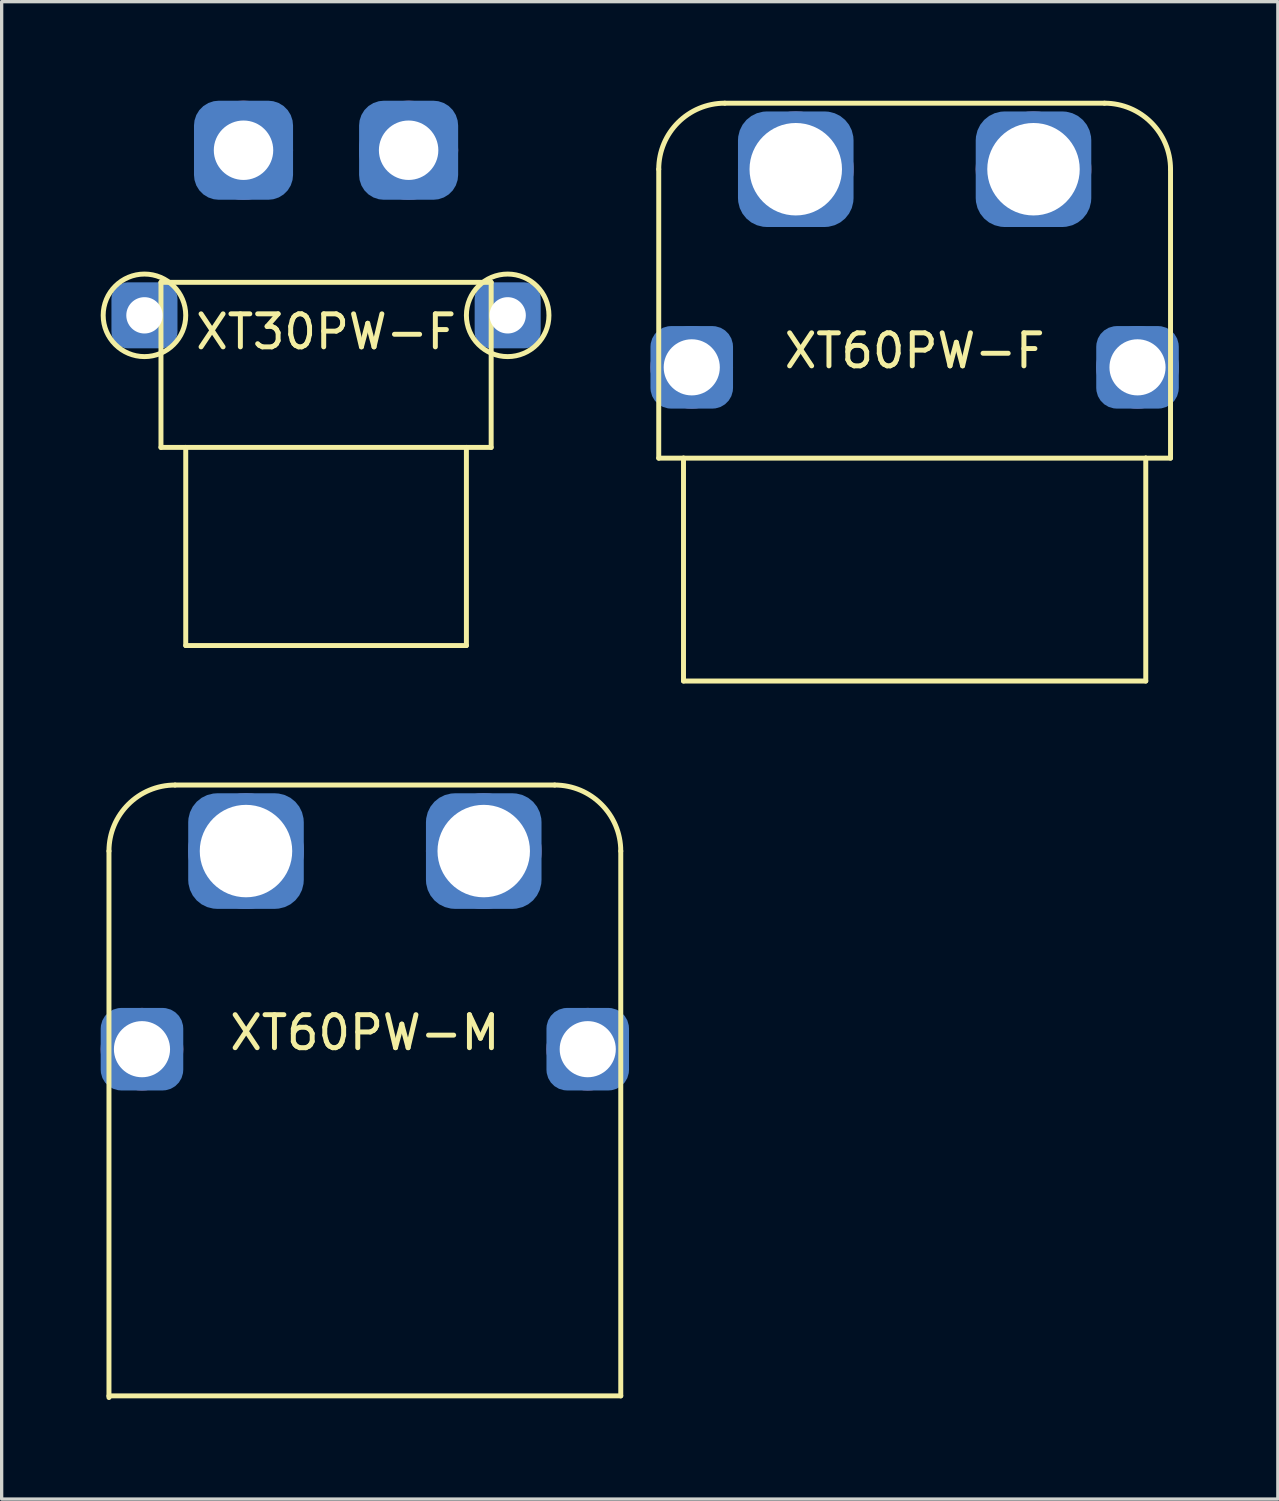
<source format=kicad_pcb>
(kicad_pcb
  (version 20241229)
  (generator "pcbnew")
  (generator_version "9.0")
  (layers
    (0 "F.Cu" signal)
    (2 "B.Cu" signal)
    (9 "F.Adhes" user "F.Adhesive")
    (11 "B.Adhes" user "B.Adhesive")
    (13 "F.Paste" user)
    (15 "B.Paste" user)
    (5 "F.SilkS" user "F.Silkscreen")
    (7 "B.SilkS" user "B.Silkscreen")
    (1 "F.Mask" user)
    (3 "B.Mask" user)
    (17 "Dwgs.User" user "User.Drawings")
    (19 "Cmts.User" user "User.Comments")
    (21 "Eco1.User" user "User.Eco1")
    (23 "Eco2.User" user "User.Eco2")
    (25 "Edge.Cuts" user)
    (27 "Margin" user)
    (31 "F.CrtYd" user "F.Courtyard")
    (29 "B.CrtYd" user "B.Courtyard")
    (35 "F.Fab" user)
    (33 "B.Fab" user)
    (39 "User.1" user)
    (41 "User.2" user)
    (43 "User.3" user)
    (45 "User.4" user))
  (footprint "XT30PW-F"
    (layer "F.Cu")
    (at 6.825 1.5)
    (property "Reference" "XT30PW-F" (at 0 5.5 0) (layer "F.SilkS") (effects (font (size 1 1) (thickness 0.15))))
    (attr through_hole)
    (fp_line (start -5 4) (end 5 4) (stroke (width 0.15) (type solid)) (layer "F.SilkS"))
    (fp_line (start -5 9) (end -5 4) (stroke (width 0.15) (type solid)) (layer "F.SilkS"))
    (fp_line (start -4.25 9) (end -5 9) (stroke (width 0.15) (type solid)) (layer "F.SilkS"))
    (fp_line (start -4.25 9) (end -4.25 15) (stroke (width 0.15) (type solid)) (layer "F.SilkS"))
    (fp_line (start 4.25 9) (end -4.25 9) (stroke (width 0.15) (type solid)) (layer "F.SilkS"))
    (fp_line (start 4.25 9) (end 4.25 15) (stroke (width 0.15) (type solid)) (layer "F.SilkS"))
    (fp_line (start 4.25 9) (end 5 9) (stroke (width 0.15) (type solid)) (layer "F.SilkS"))
    (fp_line (start 4.25 15) (end -4.25 15) (stroke (width 0.15) (type solid)) (layer "F.SilkS"))
    (fp_line (start 5 9) (end 5 4) (stroke (width 0.15) (type solid)) (layer "F.SilkS"))
    (fp_circle (center -5.5 5) (end -6.75 5) (stroke (width 0.15) (type solid)) (fill no) (layer "F.SilkS"))
    (fp_circle (center 5.5 5) (end 4.25 5) (stroke (width 0.15) (type solid)) (fill no) (layer "F.SilkS"))
    (pad "" thru_hole circle (at -5.5 5 180) (size 1.5 1.5) (drill 1.1) (layers "*.Cu" "*.Mask"))
    (pad "" smd roundrect (at -5.5 5 180) (size 2 2) (layers "B.Cu" "B.Mask") (roundrect_rratio 0.25))
    (pad "" thru_hole circle (at 5.5 5 180) (size 1.5 1.5) (drill 1.1) (layers "*.Cu" "*.Mask"))
    (pad "" smd roundrect (at 5.5 5 180) (size 2 2) (layers "B.Cu" "B.Mask") (roundrect_rratio 0.25))
    (pad "1" thru_hole circle (at -2.5 0 180) (size 3 3) (drill 1.8) (layers "*.Cu" "*.Mask"))
    (pad "1" smd roundrect (at -2.5 0 180) (size 3 3) (layers "B.Cu" "B.Mask") (roundrect_rratio 0.25))
    (pad "2" thru_hole circle (at 2.5 0 180) (size 3 3) (drill 1.8) (layers "*.Cu" "*.Mask"))
    (pad "2" smd roundrect (at 2.5 0 180) (size 3 3) (layers "B.Cu" "B.Mask") (roundrect_rratio 0.25)))
  (footprint "XT60PW-M"
    (layer "F.Cu")
    (at 8 22.725)
    (property "Reference" "XT60PW-M" (at 0 5.5 0) (layer "F.SilkS") (effects (font (size 1 1) (thickness 0.15))))
    (attr through_hole)
    (fp_line (start -7.75 0) (end -7.75 16.55) (stroke (width 0.15) (type solid)) (layer "F.SilkS"))
    (fp_line (start -5.75 -2) (end 5.75 -2) (stroke (width 0.15) (type solid)) (layer "F.SilkS"))
    (fp_line (start 7.75 0) (end 7.75 16.5) (stroke (width 0.15) (type solid)) (layer "F.SilkS"))
    (fp_line (start 7.75 16.5) (end -7.75 16.5) (stroke (width 0.15) (type solid)) (layer "F.SilkS"))
    (fp_arc (start -7.75 0) (mid -7.164214 -1.414214) (end -5.75 -2) (stroke (width 0.15) (type solid)) (layer "F.SilkS"))
    (fp_arc (start 5.75 -2) (mid 7.164214 -1.414214) (end 7.75 0) (stroke (width 0.15) (type solid)) (layer "F.SilkS"))
    (pad "" thru_hole circle (at -6.75 6 180) (size 2.5 2.5) (drill 1.7) (layers "*.Cu" "*.Mask"))
    (pad "" smd roundrect (at -6.75 6 180) (size 2.5 2.5) (layers "B.Cu" "B.Mask") (roundrect_rratio 0.25))
    (pad "" thru_hole circle (at 6.75 6 180) (size 2.5 2.5) (drill 1.7) (layers "*.Cu" "*.Mask"))
    (pad "" smd roundrect (at 6.75 6 180) (size 2.5 2.5) (layers "B.Cu" "B.Mask") (roundrect_rratio 0.25))
    (pad "1" thru_hole circle (at -3.6 0 180) (size 3.5 3.5) (drill 2.8) (layers "*.Cu" "*.Mask"))
    (pad "1" smd roundrect (at -3.6 0 180) (size 3.5 3.5) (layers "B.Cu" "B.Mask") (roundrect_rratio 0.25))
    (pad "2" thru_hole circle (at 3.6 0 180) (size 3.5 3.5) (drill 2.8) (layers "*.Cu" "*.Mask"))
    (pad "2" smd roundrect (at 3.6 0 180) (size 3.5 3.5) (layers "B.Cu" "B.Mask") (roundrect_rratio 0.25)))
  (footprint "XT60PW-F"
    (layer "F.Cu")
    (at 24.65 2.075)
    (property "Reference" "XT60PW-F" (at 0 5.5 0) (layer "F.SilkS") (effects (font (size 1 1) (thickness 0.15))))
    (attr through_hole)
    (fp_line (start -7.75 0) (end -7.75 8.75) (stroke (width 0.15) (type solid)) (layer "F.SilkS"))
    (fp_line (start -7.75 8.75) (end -7 8.75) (stroke (width 0.15) (type solid)) (layer "F.SilkS"))
    (fp_line (start -7 8.75) (end -7 15.5) (stroke (width 0.15) (type solid)) (layer "F.SilkS"))
    (fp_line (start -5.75 -2) (end 5.75 -2) (stroke (width 0.15) (type solid)) (layer "F.SilkS"))
    (fp_line (start 7 8.75) (end -7 8.75) (stroke (width 0.15) (type solid)) (layer "F.SilkS"))
    (fp_line (start 7 8.75) (end 7 15.5) (stroke (width 0.15) (type solid)) (layer "F.SilkS"))
    (fp_line (start 7 8.75) (end 7.75 8.75) (stroke (width 0.15) (type solid)) (layer "F.SilkS"))
    (fp_line (start 7 15.5) (end -7 15.5) (stroke (width 0.15) (type solid)) (layer "F.SilkS"))
    (fp_line (start 7.75 0) (end 7.75 8.75) (stroke (width 0.15) (type solid)) (layer "F.SilkS"))
    (fp_arc (start -7.75 0) (mid -7.164214 -1.414214) (end -5.75 -2) (stroke (width 0.15) (type solid)) (layer "F.SilkS"))
    (fp_arc (start 5.75 -2) (mid 7.164214 -1.414214) (end 7.75 0) (stroke (width 0.15) (type solid)) (layer "F.SilkS"))
    (pad "" thru_hole circle (at -6.75 6 180) (size 2.5 2.5) (drill 1.7) (layers "*.Cu" "*.Mask"))
    (pad "" smd roundrect (at -6.75 6 180) (size 2.5 2.5) (layers "B.Cu" "B.Mask") (roundrect_rratio 0.25))
    (pad "" thru_hole circle (at 6.75 6 180) (size 2.5 2.5) (drill 1.7) (layers "*.Cu" "*.Mask"))
    (pad "" smd roundrect (at 6.75 6 180) (size 2.5 2.5) (layers "B.Cu" "B.Mask") (roundrect_rratio 0.25))
    (pad "1" thru_hole circle (at -3.6 0 180) (size 3.5 3.5) (drill 2.8) (layers "*.Cu" "*.Mask"))
    (pad "1" smd roundrect (at -3.6 0 180) (size 3.5 3.5) (layers "B.Cu" "B.Mask") (roundrect_rratio 0.25))
    (pad "2" thru_hole circle (at 3.6 0 180) (size 3.5 3.5) (drill 2.8) (layers "*.Cu" "*.Mask"))
    (pad "2" smd roundrect (at 3.6 0 180) (size 3.5 3.5) (layers "B.Cu" "B.Mask") (roundrect_rratio 0.25)))
  (gr_rect
    (start -3 -3)
    (end 35.65 42.35)
    (stroke (width 0.1) (type default))
    (fill no)
    (layer "Edge.Cuts")))
</source>
